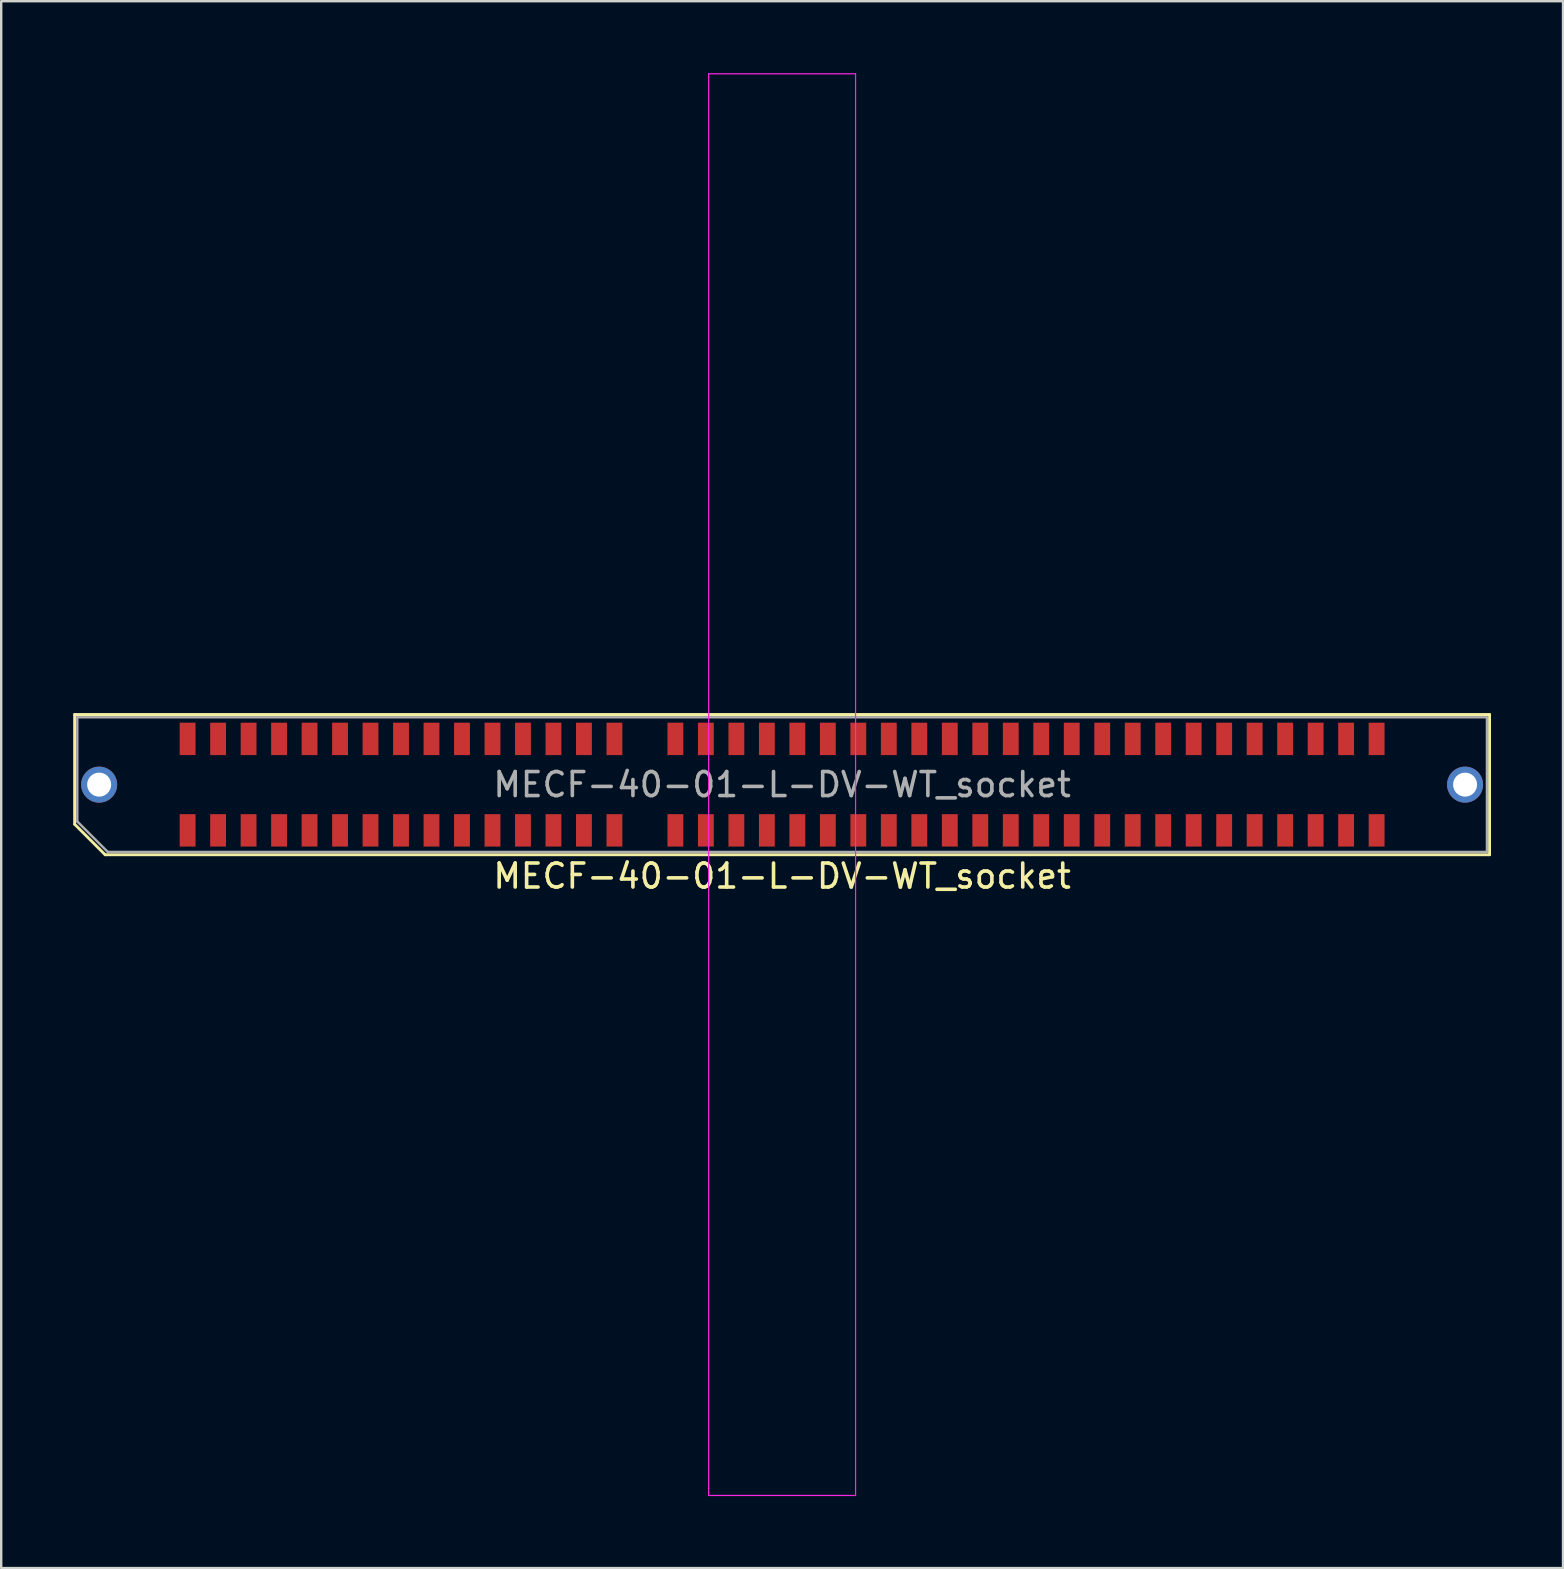
<source format=kicad_pcb>
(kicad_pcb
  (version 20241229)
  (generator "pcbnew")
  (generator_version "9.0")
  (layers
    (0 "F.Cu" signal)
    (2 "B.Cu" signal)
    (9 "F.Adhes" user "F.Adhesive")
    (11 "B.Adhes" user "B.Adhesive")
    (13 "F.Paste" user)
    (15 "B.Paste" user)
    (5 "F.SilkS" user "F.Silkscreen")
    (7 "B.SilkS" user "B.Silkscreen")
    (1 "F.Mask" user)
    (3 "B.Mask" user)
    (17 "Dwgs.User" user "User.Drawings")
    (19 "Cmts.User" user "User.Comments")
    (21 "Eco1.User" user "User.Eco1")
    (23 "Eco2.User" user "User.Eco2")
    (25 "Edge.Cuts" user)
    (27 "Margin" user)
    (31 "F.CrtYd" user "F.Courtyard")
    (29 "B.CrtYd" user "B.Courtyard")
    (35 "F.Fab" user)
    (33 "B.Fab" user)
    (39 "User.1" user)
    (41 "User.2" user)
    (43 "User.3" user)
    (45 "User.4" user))
  (footprint "MECF-40-01-L-DV-WT_socket"
    (layer "F.Cu")
    (at 29.53 29.635)
    (property "Reference" "MECF-40-01-L-DV-WT_socket" (at 0 3.81 0) (layer "F.SilkS") (effects (font (size 1 1) (thickness 0.15))))
    (attr smd)
    (fp_line (start -29.47 -2.92) (end 29.47 -2.92) (stroke (width 0.12) (type solid)) (layer "F.SilkS"))
    (fp_line (start -29.47 1.65) (end -29.47 -2.92) (stroke (width 0.12) (type solid)) (layer "F.SilkS"))
    (fp_line (start -28.2 2.92) (end -29.47 1.65) (stroke (width 0.12) (type solid)) (layer "F.SilkS"))
    (fp_line (start -28.2 2.92) (end 29.47 2.92) (stroke (width 0.12) (type solid)) (layer "F.SilkS"))
    (fp_line (start 29.47 2.92) (end 29.47 -2.92) (stroke (width 0.12) (type solid)) (layer "F.SilkS"))
    (fp_line (start -3.06 -29.61) (end -3.06 29.61) (stroke (width 0.05) (type solid)) (layer "F.CrtYd"))
    (fp_line (start -3.06 29.61) (end 3.06 29.61) (stroke (width 0.05) (type solid)) (layer "F.CrtYd"))
    (fp_line (start 3.06 -29.61) (end -3.06 -29.61) (stroke (width 0.05) (type solid)) (layer "F.CrtYd"))
    (fp_line (start 3.06 29.61) (end 3.06 -29.61) (stroke (width 0.05) (type solid)) (layer "F.CrtYd"))
    (fp_line (start -29.36 -2.805) (end 29.36 -2.805) (stroke (width 0.1) (type solid)) (layer "F.Fab"))
    (fp_line (start -29.36 1.535) (end -29.36 -2.805) (stroke (width 0.1) (type solid)) (layer "F.Fab"))
    (fp_line (start -29.36 1.535) (end -28.09 2.805) (stroke (width 0.1) (type solid)) (layer "F.Fab"))
    (fp_line (start -28.09 2.805) (end 29.36 2.805) (stroke (width 0.1) (type solid)) (layer "F.Fab"))
    (fp_line (start 29.36 2.805) (end 29.36 -2.805) (stroke (width 0.1) (type solid)) (layer "F.Fab"))
    (fp_text user "${REFERENCE}" (at 0 0 0) (layer "F.Fab") (effects (font (size 1 1) (thickness 0.15))))
    (pad "" np_thru_hole circle (at -26.545 0) (size 0.001 0.001) (drill 1.45) (layers "*.Cu" "*.Mask"))
    (pad "" np_thru_hole circle (at 26.545 1) (size 0.001 0.001) (drill 1.45) (layers "*.Cu" "*.Mask"))
    (pad "1" smd rect (at -24.765 1.905) (size 0.66 1.35) (layers "F.Cu" "F.Mask" "F.Paste"))
    (pad "2" smd rect (at -24.765 -1.905) (size 0.66 1.35) (layers "F.Cu" "F.Mask" "F.Paste"))
    (pad "3" smd rect (at -23.495 1.905) (size 0.66 1.35) (layers "F.Cu" "F.Mask" "F.Paste"))
    (pad "4" smd rect (at -23.495 -1.905) (size 0.66 1.35) (layers "F.Cu" "F.Mask" "F.Paste"))
    (pad "5" smd rect (at -22.225 1.905) (size 0.66 1.35) (layers "F.Cu" "F.Mask" "F.Paste"))
    (pad "6" smd rect (at -22.225 -1.905) (size 0.66 1.35) (layers "F.Cu" "F.Mask" "F.Paste"))
    (pad "7" smd rect (at -20.955 1.905) (size 0.66 1.35) (layers "F.Cu" "F.Mask" "F.Paste"))
    (pad "8" smd rect (at -20.955 -1.905) (size 0.66 1.35) (layers "F.Cu" "F.Mask" "F.Paste"))
    (pad "9" smd rect (at -19.685 1.905) (size 0.66 1.35) (layers "F.Cu" "F.Mask" "F.Paste"))
    (pad "10" smd rect (at -19.685 -1.905) (size 0.66 1.35) (layers "F.Cu" "F.Mask" "F.Paste"))
    (pad "11" smd rect (at -18.415 1.905) (size 0.66 1.35) (layers "F.Cu" "F.Mask" "F.Paste"))
    (pad "12" smd rect (at -18.415 -1.905) (size 0.66 1.35) (layers "F.Cu" "F.Mask" "F.Paste"))
    (pad "13" smd rect (at -17.145 1.905) (size 0.66 1.35) (layers "F.Cu" "F.Mask" "F.Paste"))
    (pad "14" smd rect (at -17.145 -1.905) (size 0.66 1.35) (layers "F.Cu" "F.Mask" "F.Paste"))
    (pad "15" smd rect (at -15.875 1.905) (size 0.66 1.35) (layers "F.Cu" "F.Mask" "F.Paste"))
    (pad "16" smd rect (at -15.875 -1.905) (size 0.66 1.35) (layers "F.Cu" "F.Mask" "F.Paste"))
    (pad "17" smd rect (at -14.605 1.905) (size 0.66 1.35) (layers "F.Cu" "F.Mask" "F.Paste"))
    (pad "18" smd rect (at -14.605 -1.905) (size 0.66 1.35) (layers "F.Cu" "F.Mask" "F.Paste"))
    (pad "19" smd rect (at -13.335 1.905) (size 0.66 1.35) (layers "F.Cu" "F.Mask" "F.Paste"))
    (pad "20" smd rect (at -13.335 -1.905) (size 0.66 1.35) (layers "F.Cu" "F.Mask" "F.Paste"))
    (pad "21" smd rect (at -12.065 1.905) (size 0.66 1.35) (layers "F.Cu" "F.Mask" "F.Paste"))
    (pad "22" smd rect (at -12.065 -1.905) (size 0.66 1.35) (layers "F.Cu" "F.Mask" "F.Paste"))
    (pad "23" smd rect (at -10.795 1.905) (size 0.66 1.35) (layers "F.Cu" "F.Mask" "F.Paste"))
    (pad "24" smd rect (at -10.795 -1.905) (size 0.66 1.35) (layers "F.Cu" "F.Mask" "F.Paste"))
    (pad "25" smd rect (at -9.525 1.905) (size 0.66 1.35) (layers "F.Cu" "F.Mask" "F.Paste"))
    (pad "26" smd rect (at -9.525 -1.905) (size 0.66 1.35) (layers "F.Cu" "F.Mask" "F.Paste"))
    (pad "27" smd rect (at -8.255 1.905) (size 0.66 1.35) (layers "F.Cu" "F.Mask" "F.Paste"))
    (pad "28" smd rect (at -8.255 -1.905) (size 0.66 1.35) (layers "F.Cu" "F.Mask" "F.Paste"))
    (pad "29" smd rect (at -6.985 1.905) (size 0.66 1.35) (layers "F.Cu" "F.Mask" "F.Paste"))
    (pad "30" smd rect (at -6.985 -1.905) (size 0.66 1.35) (layers "F.Cu" "F.Mask" "F.Paste"))
    (pad "33" smd rect (at -4.445 1.905) (size 0.66 1.35) (layers "F.Cu" "F.Mask" "F.Paste"))
    (pad "34" smd rect (at -4.445 -1.905) (size 0.66 1.35) (layers "F.Cu" "F.Mask" "F.Paste"))
    (pad "35" smd rect (at -3.175 1.905) (size 0.66 1.35) (layers "F.Cu" "F.Mask" "F.Paste"))
    (pad "36" smd rect (at -3.175 -1.905) (size 0.66 1.35) (layers "F.Cu" "F.Mask" "F.Paste"))
    (pad "37" smd rect (at -1.905 1.905) (size 0.66 1.35) (layers "F.Cu" "F.Mask" "F.Paste"))
    (pad "38" smd rect (at -1.905 -1.905) (size 0.66 1.35) (layers "F.Cu" "F.Mask" "F.Paste"))
    (pad "39" smd rect (at -0.635 1.905) (size 0.66 1.35) (layers "F.Cu" "F.Mask" "F.Paste"))
    (pad "40" smd rect (at -0.635 -1.905) (size 0.66 1.35) (layers "F.Cu" "F.Mask" "F.Paste"))
    (pad "41" smd rect (at 0.635 1.905) (size 0.66 1.35) (layers "F.Cu" "F.Mask" "F.Paste"))
    (pad "42" smd rect (at 0.635 -1.905) (size 0.66 1.35) (layers "F.Cu" "F.Mask" "F.Paste"))
    (pad "43" smd rect (at 1.905 1.905) (size 0.66 1.35) (layers "F.Cu" "F.Mask" "F.Paste"))
    (pad "44" smd rect (at 1.905 -1.905) (size 0.66 1.35) (layers "F.Cu" "F.Mask" "F.Paste"))
    (pad "45" smd rect (at 3.175 1.905) (size 0.66 1.35) (layers "F.Cu" "F.Mask" "F.Paste"))
    (pad "46" smd rect (at 3.175 -1.905) (size 0.66 1.35) (layers "F.Cu" "F.Mask" "F.Paste"))
    (pad "47" smd rect (at 4.445 1.905) (size 0.66 1.35) (layers "F.Cu" "F.Mask" "F.Paste"))
    (pad "48" smd rect (at 4.445 -1.905) (size 0.66 1.35) (layers "F.Cu" "F.Mask" "F.Paste"))
    (pad "49" smd rect (at 5.715 1.905) (size 0.66 1.35) (layers "F.Cu" "F.Mask" "F.Paste"))
    (pad "50" smd rect (at 5.715 -1.905) (size 0.66 1.35) (layers "F.Cu" "F.Mask" "F.Paste"))
    (pad "51" smd rect (at 6.985 1.905) (size 0.66 1.35) (layers "F.Cu" "F.Mask" "F.Paste"))
    (pad "52" smd rect (at 6.985 -1.905) (size 0.66 1.35) (layers "F.Cu" "F.Mask" "F.Paste"))
    (pad "53" smd rect (at 8.255 1.905) (size 0.66 1.35) (layers "F.Cu" "F.Mask" "F.Paste"))
    (pad "54" smd rect (at 8.255 -1.905) (size 0.66 1.35) (layers "F.Cu" "F.Mask" "F.Paste"))
    (pad "55" smd rect (at 9.525 1.905) (size 0.66 1.35) (layers "F.Cu" "F.Mask" "F.Paste"))
    (pad "56" smd rect (at 9.525 -1.905) (size 0.66 1.35) (layers "F.Cu" "F.Mask" "F.Paste"))
    (pad "57" smd rect (at 10.795 1.905) (size 0.66 1.35) (layers "F.Cu" "F.Mask" "F.Paste"))
    (pad "58" smd rect (at 10.795 -1.905) (size 0.66 1.35) (layers "F.Cu" "F.Mask" "F.Paste"))
    (pad "59" smd rect (at 12.065 1.905) (size 0.66 1.35) (layers "F.Cu" "F.Mask" "F.Paste"))
    (pad "60" smd rect (at 12.065 -1.905) (size 0.66 1.35) (layers "F.Cu" "F.Mask" "F.Paste"))
    (pad "61" smd rect (at 13.335 1.905) (size 0.66 1.35) (layers "F.Cu" "F.Mask" "F.Paste"))
    (pad "62" smd rect (at 13.335 -1.905) (size 0.66 1.35) (layers "F.Cu" "F.Mask" "F.Paste"))
    (pad "63" smd rect (at 14.605 1.905) (size 0.66 1.35) (layers "F.Cu" "F.Mask" "F.Paste"))
    (pad "64" smd rect (at 14.605 -1.905) (size 0.66 1.35) (layers "F.Cu" "F.Mask" "F.Paste"))
    (pad "65" smd rect (at 15.875 1.905) (size 0.66 1.35) (layers "F.Cu" "F.Mask" "F.Paste"))
    (pad "66" smd rect (at 15.875 -1.905) (size 0.66 1.35) (layers "F.Cu" "F.Mask" "F.Paste"))
    (pad "67" smd rect (at 17.145 1.905) (size 0.66 1.35) (layers "F.Cu" "F.Mask" "F.Paste"))
    (pad "68" smd rect (at 17.145 -1.905) (size 0.66 1.35) (layers "F.Cu" "F.Mask" "F.Paste"))
    (pad "69" smd rect (at 18.415 1.905) (size 0.66 1.35) (layers "F.Cu" "F.Mask" "F.Paste"))
    (pad "70" smd rect (at 18.415 -1.905) (size 0.66 1.35) (layers "F.Cu" "F.Mask" "F.Paste"))
    (pad "71" smd rect (at 19.685 1.905) (size 0.66 1.35) (layers "F.Cu" "F.Mask" "F.Paste"))
    (pad "72" smd rect (at 19.685 -1.905) (size 0.66 1.35) (layers "F.Cu" "F.Mask" "F.Paste"))
    (pad "73" smd rect (at 20.955 1.905) (size 0.66 1.35) (layers "F.Cu" "F.Mask" "F.Paste"))
    (pad "74" smd rect (at 20.955 -1.905) (size 0.66 1.35) (layers "F.Cu" "F.Mask" "F.Paste"))
    (pad "75" smd rect (at 22.225 1.905) (size 0.66 1.35) (layers "F.Cu" "F.Mask" "F.Paste"))
    (pad "76" smd rect (at 22.225 -1.905) (size 0.66 1.35) (layers "F.Cu" "F.Mask" "F.Paste"))
    (pad "77" smd rect (at 23.495 1.905) (size 0.66 1.35) (layers "F.Cu" "F.Mask" "F.Paste"))
    (pad "78" smd rect (at 23.495 -1.905) (size 0.66 1.35) (layers "F.Cu" "F.Mask" "F.Paste"))
    (pad "79" smd rect (at 24.765 1.905) (size 0.66 1.35) (layers "F.Cu" "F.Mask" "F.Paste"))
    (pad "80" smd rect (at 24.765 -1.905) (size 0.66 1.35) (layers "F.Cu" "F.Mask" "F.Paste"))
    (pad "None" thru_hole circle (at -28.45 0) (size 1.5 1.5) (drill 1) (layers "*.Cu" "*.Mask"))
    (pad "None" thru_hole circle (at 28.45 0) (size 1.5 1.5) (drill 1) (layers "*.Cu" "*.Mask")))
  (gr_rect
    (start -3 -3)
    (end 62.06 62.27)
    (stroke (width 0.1) (type default))
    (fill no)
    (layer "Edge.Cuts")))
</source>
